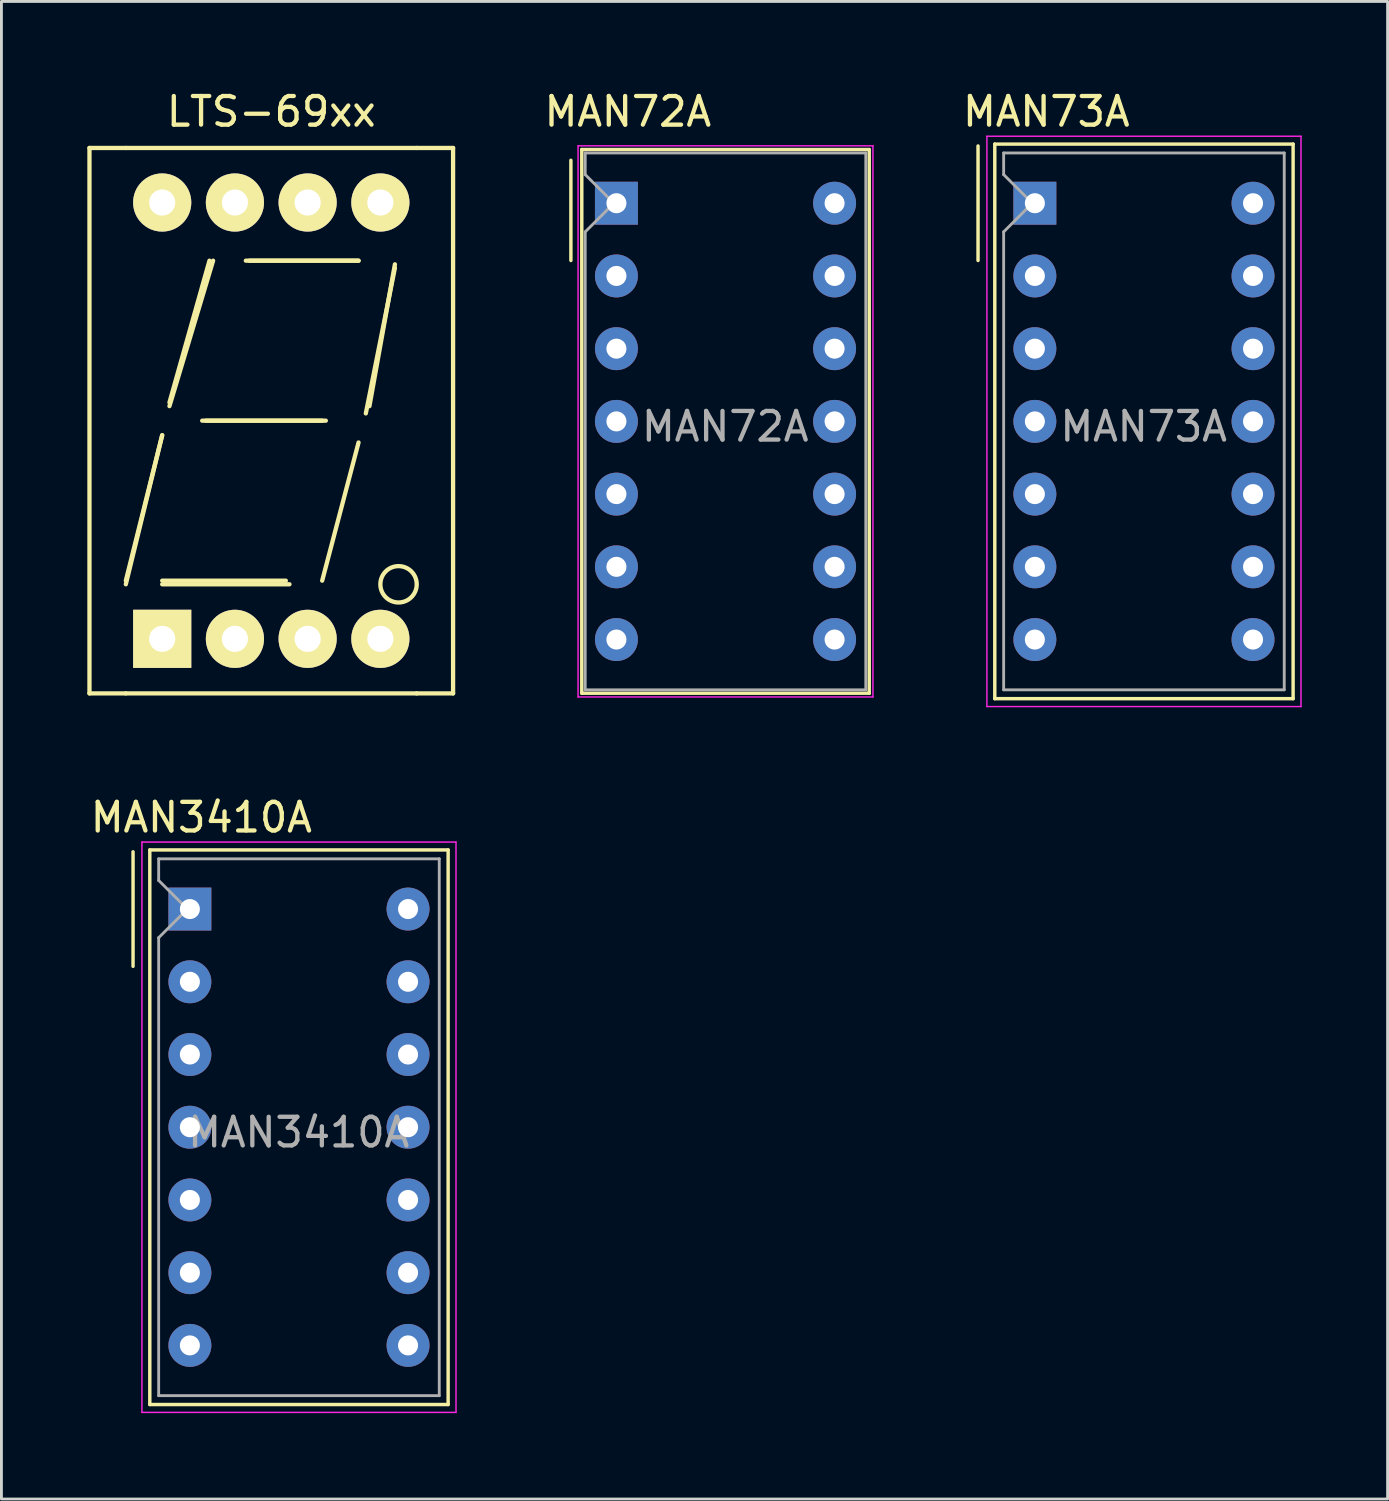
<source format=kicad_pcb>
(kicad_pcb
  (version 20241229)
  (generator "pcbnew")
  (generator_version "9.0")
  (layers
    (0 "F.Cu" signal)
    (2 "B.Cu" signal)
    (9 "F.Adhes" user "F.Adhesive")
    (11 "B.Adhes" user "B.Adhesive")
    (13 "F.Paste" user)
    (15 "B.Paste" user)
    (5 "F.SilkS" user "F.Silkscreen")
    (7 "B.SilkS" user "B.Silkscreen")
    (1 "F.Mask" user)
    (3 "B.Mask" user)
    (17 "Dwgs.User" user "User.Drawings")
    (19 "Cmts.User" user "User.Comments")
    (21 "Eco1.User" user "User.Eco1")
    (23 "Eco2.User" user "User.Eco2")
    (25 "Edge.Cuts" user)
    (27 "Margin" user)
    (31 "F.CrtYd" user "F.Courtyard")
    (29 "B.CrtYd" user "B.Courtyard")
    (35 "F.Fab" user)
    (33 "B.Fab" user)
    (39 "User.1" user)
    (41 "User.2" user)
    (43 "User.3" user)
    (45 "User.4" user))
  (footprint "LTS-69xx"
    (layer "F.Cu")
    (at 6.425 11.643)
    (property "Reference" "LTS-69xx" (at 0 -10.795 0) (layer "F.SilkS") (effects (font (size 1 1) (thickness 0.15))))
    (attr through_hole)
    (fp_line (start -6.35 -9.525) (end -6.35 9.525) (stroke (width 0.15) (type solid)) (layer "F.SilkS"))
    (fp_line (start -6.35 9.525) (end -5.08 9.525) (stroke (width 0.15) (type solid)) (layer "F.SilkS"))
    (fp_line (start -5.08 -9.525) (end -6.35 -9.525) (stroke (width 0.15) (type solid)) (layer "F.SilkS"))
    (fp_line (start -5.08 9.525) (end 5.08 9.525) (stroke (width 0.15) (type solid)) (layer "F.SilkS"))
    (fp_line (start -3.81 0.508) (end -5.08 5.588) (stroke (width 0.15) (type solid)) (layer "F.SilkS"))
    (fp_line (start -3.81 0.508) (end -5.08 5.715) (stroke (width 0.15) (type solid)) (layer "F.SilkS"))
    (fp_line (start -3.81 5.588) (end 0.508 5.588) (stroke (width 0.15) (type solid)) (layer "F.SilkS"))
    (fp_line (start -3.81 5.715) (end 0.635 5.715) (stroke (width 0.15) (type solid)) (layer "F.SilkS"))
    (fp_line (start -3.556 -0.635) (end -2.159 -5.588) (stroke (width 0.15) (type solid)) (layer "F.SilkS"))
    (fp_line (start -2.413 0) (end 1.905 0) (stroke (width 0.15) (type solid)) (layer "F.SilkS"))
    (fp_line (start -2.286 0) (end 1.778 0) (stroke (width 0.15) (type solid)) (layer "F.SilkS"))
    (fp_line (start -2.032 -5.588) (end -3.556 -0.508) (stroke (width 0.15) (type solid)) (layer "F.SilkS"))
    (fp_line (start -0.889 -5.588) (end 3.048 -5.588) (stroke (width 0.15) (type solid)) (layer "F.SilkS"))
    (fp_line (start -0.762 -5.588) (end 3.048 -5.588) (stroke (width 0.15) (type solid)) (layer "F.SilkS"))
    (fp_line (start 3.048 0.762) (end 1.778 5.588) (stroke (width 0.15) (type solid)) (layer "F.SilkS"))
    (fp_line (start 3.429 -0.508) (end 4.318 -5.461) (stroke (width 0.15) (type solid)) (layer "F.SilkS"))
    (fp_line (start 4.318 -5.334) (end 3.302 -0.254) (stroke (width 0.15) (type solid)) (layer "F.SilkS"))
    (fp_line (start 5.08 -9.525) (end -5.08 -9.525) (stroke (width 0.15) (type solid)) (layer "F.SilkS"))
    (fp_line (start 5.08 9.525) (end 6.35 9.525) (stroke (width 0.15) (type solid)) (layer "F.SilkS"))
    (fp_line (start 6.35 -9.525) (end 5.08 -9.525) (stroke (width 0.15) (type solid)) (layer "F.SilkS"))
    (fp_line (start 6.35 9.525) (end 6.35 -9.525) (stroke (width 0.15) (type solid)) (layer "F.SilkS"))
    (fp_circle (center 4.445 5.715) (end 5.08 5.715) (stroke (width 0.15) (type solid)) (fill no) (layer "F.SilkS"))
    (pad "1" thru_hole rect (at -3.81 7.62) (size 2.032 2.032) (drill 0.914) (layers "*.Cu" "*.Mask" "F.SilkS"))
    (pad "2" thru_hole circle (at -1.27 7.62) (size 2.032 2.032) (drill 0.914) (layers "*.Cu" "*.Mask" "F.SilkS"))
    (pad "3" thru_hole circle (at 1.27 7.62) (size 2.032 2.032) (drill 0.914) (layers "*.Cu" "*.Mask" "F.SilkS"))
    (pad "4" thru_hole circle (at 3.81 7.62) (size 2.032 2.032) (drill 0.914) (layers "*.Cu" "*.Mask" "F.SilkS"))
    (pad "5" thru_hole circle (at 3.81 -7.62) (size 2.032 2.032) (drill 0.914) (layers "*.Cu" "*.Mask" "F.SilkS"))
    (pad "6" thru_hole circle (at 1.27 -7.62) (size 2.032 2.032) (drill 0.914) (layers "*.Cu" "*.Mask" "F.SilkS"))
    (pad "7" thru_hole circle (at -1.27 -7.62) (size 2.032 2.032) (drill 0.914) (layers "*.Cu" "*.Mask" "F.SilkS"))
    (pad "8" thru_hole circle (at -3.81 -7.62) (size 2.032 2.032) (drill 0.914) (layers "*.Cu" "*.Mask" "F.SilkS")))
  (footprint "MAN3410A"
    (layer "F.Cu")
    (at 3.582 28.701)
    (property "Reference" "MAN3410A" (at 0.4 -3.2 0) (layer "F.SilkS") (effects (font (size 1 1) (thickness 0.15))))
    (attr through_hole)
    (fp_line (start -1.985 -2) (end -1.985 2) (stroke (width 0.12) (type solid)) (layer "F.SilkS"))
    (fp_line (start -1.4 -2.065) (end 9.02 -2.065) (stroke (width 0.12) (type solid)) (layer "F.SilkS"))
    (fp_line (start -1.4 17.305) (end -1.4 -2.065) (stroke (width 0.12) (type solid)) (layer "F.SilkS"))
    (fp_line (start 9.02 -2.065) (end 9.02 17.305) (stroke (width 0.12) (type solid)) (layer "F.SilkS"))
    (fp_line (start 9.02 17.305) (end -1.4 17.305) (stroke (width 0.12) (type solid)) (layer "F.SilkS"))
    (fp_line (start -1.675 -2.34) (end 9.295 -2.34) (stroke (width 0.05) (type solid)) (layer "F.CrtYd"))
    (fp_line (start -1.675 17.58) (end -1.675 -2.34) (stroke (width 0.05) (type solid)) (layer "F.CrtYd"))
    (fp_line (start 9.295 -2.34) (end 9.295 17.58) (stroke (width 0.05) (type solid)) (layer "F.CrtYd"))
    (fp_line (start 9.295 17.58) (end -1.675 17.58) (stroke (width 0.05) (type solid)) (layer "F.CrtYd"))
    (fp_line (start -1.09 -1.755) (end 8.71 -1.755) (stroke (width 0.1) (type solid)) (layer "F.Fab"))
    (fp_line (start -1.09 -1) (end -1.09 -1.755) (stroke (width 0.1) (type solid)) (layer "F.Fab"))
    (fp_line (start -1.09 1) (end -0.09 0) (stroke (width 0.1) (type solid)) (layer "F.Fab"))
    (fp_line (start -1.09 16.995) (end -1.09 1) (stroke (width 0.1) (type solid)) (layer "F.Fab"))
    (fp_line (start -0.09 0) (end -1.09 -1) (stroke (width 0.1) (type solid)) (layer "F.Fab"))
    (fp_line (start 8.71 -1.755) (end 8.71 16.995) (stroke (width 0.1) (type solid)) (layer "F.Fab"))
    (fp_line (start 8.71 16.995) (end -1.09 16.995) (stroke (width 0.1) (type solid)) (layer "F.Fab"))
    (fp_text user "${REFERENCE}" (at 3.8 7.8 0) (layer "F.Fab") (effects (font (size 1 1) (thickness 0.15))))
    (pad "1" thru_hole rect (at 0 0) (size 1.5 1.5) (drill 0.7) (layers "*.Cu" "*.Mask"))
    (pad "2" thru_hole circle (at 0 2.54) (size 1.5 1.5) (drill 0.7) (layers "*.Cu" "*.Mask"))
    (pad "3" thru_hole circle (at 0 5.08) (size 1.5 1.5) (drill 0.7) (layers "*.Cu" "*.Mask"))
    (pad "4" thru_hole circle (at 0 7.62) (size 1.5 1.5) (drill 0.7) (layers "*.Cu" "*.Mask"))
    (pad "5" thru_hole circle (at 0 10.16) (size 1.5 1.5) (drill 0.7) (layers "*.Cu" "*.Mask"))
    (pad "6" thru_hole circle (at 0 12.7) (size 1.5 1.5) (drill 0.7) (layers "*.Cu" "*.Mask"))
    (pad "7" thru_hole circle (at 0 15.24) (size 1.5 1.5) (drill 0.7) (layers "*.Cu" "*.Mask"))
    (pad "8" thru_hole circle (at 7.62 15.24) (size 1.5 1.5) (drill 0.7) (layers "*.Cu" "*.Mask"))
    (pad "9" thru_hole circle (at 7.62 12.7) (size 1.5 1.5) (drill 0.7) (layers "*.Cu" "*.Mask"))
    (pad "10" thru_hole circle (at 7.62 10.16) (size 1.5 1.5) (drill 0.7) (layers "*.Cu" "*.Mask"))
    (pad "11" thru_hole circle (at 7.62 7.62) (size 1.5 1.5) (drill 0.7) (layers "*.Cu" "*.Mask"))
    (pad "12" thru_hole circle (at 7.62 5.08) (size 1.5 1.5) (drill 0.7) (layers "*.Cu" "*.Mask"))
    (pad "13" thru_hole circle (at 7.62 2.54) (size 1.5 1.5) (drill 0.7) (layers "*.Cu" "*.Mask"))
    (pad "14" thru_hole circle (at 7.62 0) (size 1.5 1.5) (drill 0.7) (layers "*.Cu" "*.Mask")))
  (footprint "MAN72A"
    (layer "F.Cu")
    (at 18.48 4.048)
    (property "Reference" "MAN72A" (at 0.4 -3.2 0) (layer "F.SilkS") (effects (font (size 1 1) (thickness 0.15))))
    (attr through_hole)
    (fp_line (start -1.59 -1.5) (end -1.59 2) (stroke (width 0.12) (type solid)) (layer "F.SilkS"))
    (fp_line (start -1.21 -1.875) (end 8.83 -1.875) (stroke (width 0.12) (type solid)) (layer "F.SilkS"))
    (fp_line (start -1.21 17.115) (end -1.21 -1.875) (stroke (width 0.12) (type solid)) (layer "F.SilkS"))
    (fp_line (start 8.83 -1.875) (end 8.83 17.115) (stroke (width 0.12) (type solid)) (layer "F.SilkS"))
    (fp_line (start 8.83 17.115) (end -1.21 17.115) (stroke (width 0.12) (type solid)) (layer "F.SilkS"))
    (fp_line (start -1.34 -2.005) (end 8.96 -2.005) (stroke (width 0.05) (type solid)) (layer "F.CrtYd"))
    (fp_line (start -1.34 17.245) (end -1.34 -2.005) (stroke (width 0.05) (type solid)) (layer "F.CrtYd"))
    (fp_line (start 8.96 -2.005) (end 8.96 17.245) (stroke (width 0.05) (type solid)) (layer "F.CrtYd"))
    (fp_line (start 8.96 17.245) (end -1.34 17.245) (stroke (width 0.05) (type solid)) (layer "F.CrtYd"))
    (fp_line (start -1.09 -1.755) (end 8.71 -1.755) (stroke (width 0.1) (type solid)) (layer "F.Fab"))
    (fp_line (start -1.09 -1) (end -1.09 -1.755) (stroke (width 0.1) (type solid)) (layer "F.Fab"))
    (fp_line (start -1.09 1) (end -0.09 0) (stroke (width 0.1) (type solid)) (layer "F.Fab"))
    (fp_line (start -1.09 16.995) (end -1.09 1) (stroke (width 0.1) (type solid)) (layer "F.Fab"))
    (fp_line (start -0.09 0) (end -1.09 -1) (stroke (width 0.1) (type solid)) (layer "F.Fab"))
    (fp_line (start 8.71 -1.755) (end 8.71 16.995) (stroke (width 0.1) (type solid)) (layer "F.Fab"))
    (fp_line (start 8.71 16.995) (end -1.09 16.995) (stroke (width 0.1) (type solid)) (layer "F.Fab"))
    (fp_text user "${REFERENCE}" (at 3.8 7.8 0) (layer "F.Fab") (effects (font (size 1 1) (thickness 0.15))))
    (pad "1" thru_hole rect (at 0 0) (size 1.5 1.5) (drill 0.7) (layers "*.Cu" "*.Mask"))
    (pad "2" thru_hole circle (at 0 2.54) (size 1.5 1.5) (drill 0.7) (layers "*.Cu" "*.Mask"))
    (pad "3" thru_hole circle (at 0 5.08) (size 1.5 1.5) (drill 0.7) (layers "*.Cu" "*.Mask"))
    (pad "4" thru_hole circle (at 0 7.62) (size 1.5 1.5) (drill 0.7) (layers "*.Cu" "*.Mask"))
    (pad "5" thru_hole circle (at 0 10.16) (size 1.5 1.5) (drill 0.7) (layers "*.Cu" "*.Mask"))
    (pad "6" thru_hole circle (at 0 12.7) (size 1.5 1.5) (drill 0.7) (layers "*.Cu" "*.Mask"))
    (pad "7" thru_hole circle (at 0 15.24) (size 1.5 1.5) (drill 0.7) (layers "*.Cu" "*.Mask"))
    (pad "8" thru_hole circle (at 7.62 15.24) (size 1.5 1.5) (drill 0.7) (layers "*.Cu" "*.Mask"))
    (pad "9" thru_hole circle (at 7.62 12.7) (size 1.5 1.5) (drill 0.7) (layers "*.Cu" "*.Mask"))
    (pad "10" thru_hole circle (at 7.62 10.16) (size 1.5 1.5) (drill 0.7) (layers "*.Cu" "*.Mask"))
    (pad "11" thru_hole circle (at 7.62 7.62) (size 1.5 1.5) (drill 0.7) (layers "*.Cu" "*.Mask"))
    (pad "12" thru_hole circle (at 7.62 5.08) (size 1.5 1.5) (drill 0.7) (layers "*.Cu" "*.Mask"))
    (pad "13" thru_hole circle (at 7.62 2.54) (size 1.5 1.5) (drill 0.7) (layers "*.Cu" "*.Mask"))
    (pad "14" thru_hole circle (at 7.62 0) (size 1.5 1.5) (drill 0.7) (layers "*.Cu" "*.Mask")))
  (footprint "MAN73A"
    (layer "F.Cu")
    (at 33.095 4.048)
    (property "Reference" "MAN73A" (at 0.4 -3.2 0) (layer "F.SilkS") (effects (font (size 1 1) (thickness 0.15))))
    (attr through_hole)
    (fp_line (start -1.985 -2) (end -1.985 2) (stroke (width 0.12) (type solid)) (layer "F.SilkS"))
    (fp_line (start -1.4 -2.065) (end 9.02 -2.065) (stroke (width 0.12) (type solid)) (layer "F.SilkS"))
    (fp_line (start -1.4 17.305) (end -1.4 -2.065) (stroke (width 0.12) (type solid)) (layer "F.SilkS"))
    (fp_line (start 9.02 -2.065) (end 9.02 17.305) (stroke (width 0.12) (type solid)) (layer "F.SilkS"))
    (fp_line (start 9.02 17.305) (end -1.4 17.305) (stroke (width 0.12) (type solid)) (layer "F.SilkS"))
    (fp_line (start -1.675 -2.34) (end 9.295 -2.34) (stroke (width 0.05) (type solid)) (layer "F.CrtYd"))
    (fp_line (start -1.675 17.58) (end -1.675 -2.34) (stroke (width 0.05) (type solid)) (layer "F.CrtYd"))
    (fp_line (start 9.295 -2.34) (end 9.295 17.58) (stroke (width 0.05) (type solid)) (layer "F.CrtYd"))
    (fp_line (start 9.295 17.58) (end -1.675 17.58) (stroke (width 0.05) (type solid)) (layer "F.CrtYd"))
    (fp_line (start -1.09 -1.755) (end 8.71 -1.755) (stroke (width 0.1) (type solid)) (layer "F.Fab"))
    (fp_line (start -1.09 -1) (end -1.09 -1.755) (stroke (width 0.1) (type solid)) (layer "F.Fab"))
    (fp_line (start -1.09 1) (end -0.09 0) (stroke (width 0.1) (type solid)) (layer "F.Fab"))
    (fp_line (start -1.09 16.995) (end -1.09 1) (stroke (width 0.1) (type solid)) (layer "F.Fab"))
    (fp_line (start -0.09 0) (end -1.09 -1) (stroke (width 0.1) (type solid)) (layer "F.Fab"))
    (fp_line (start 8.71 -1.755) (end 8.71 16.995) (stroke (width 0.1) (type solid)) (layer "F.Fab"))
    (fp_line (start 8.71 16.995) (end -1.09 16.995) (stroke (width 0.1) (type solid)) (layer "F.Fab"))
    (fp_text user "${REFERENCE}" (at 3.8 7.8 0) (layer "F.Fab") (effects (font (size 1 1) (thickness 0.15))))
    (pad "1" thru_hole rect (at 0 0) (size 1.5 1.5) (drill 0.7) (layers "*.Cu" "*.Mask"))
    (pad "2" thru_hole circle (at 0 2.54) (size 1.5 1.5) (drill 0.7) (layers "*.Cu" "*.Mask"))
    (pad "3" thru_hole circle (at 0 5.08) (size 1.5 1.5) (drill 0.7) (layers "*.Cu" "*.Mask"))
    (pad "4" thru_hole circle (at 0 7.62) (size 1.5 1.5) (drill 0.7) (layers "*.Cu" "*.Mask"))
    (pad "5" thru_hole circle (at 0 10.16) (size 1.5 1.5) (drill 0.7) (layers "*.Cu" "*.Mask"))
    (pad "6" thru_hole circle (at 0 12.7) (size 1.5 1.5) (drill 0.7) (layers "*.Cu" "*.Mask"))
    (pad "7" thru_hole circle (at 0 15.24) (size 1.5 1.5) (drill 0.7) (layers "*.Cu" "*.Mask"))
    (pad "8" thru_hole circle (at 7.62 15.24) (size 1.5 1.5) (drill 0.7) (layers "*.Cu" "*.Mask"))
    (pad "9" thru_hole circle (at 7.62 12.7) (size 1.5 1.5) (drill 0.7) (layers "*.Cu" "*.Mask"))
    (pad "10" thru_hole circle (at 7.62 10.16) (size 1.5 1.5) (drill 0.7) (layers "*.Cu" "*.Mask"))
    (pad "11" thru_hole circle (at 7.62 7.62) (size 1.5 1.5) (drill 0.7) (layers "*.Cu" "*.Mask"))
    (pad "12" thru_hole circle (at 7.62 5.08) (size 1.5 1.5) (drill 0.7) (layers "*.Cu" "*.Mask"))
    (pad "13" thru_hole circle (at 7.62 2.54) (size 1.5 1.5) (drill 0.7) (layers "*.Cu" "*.Mask"))
    (pad "14" thru_hole circle (at 7.62 0) (size 1.5 1.5) (drill 0.7) (layers "*.Cu" "*.Mask")))
  (gr_rect
    (start -3 -3)
    (end 45.415 49.306)
    (stroke (width 0.1) (type default))
    (fill no)
    (layer "Edge.Cuts")))
</source>
